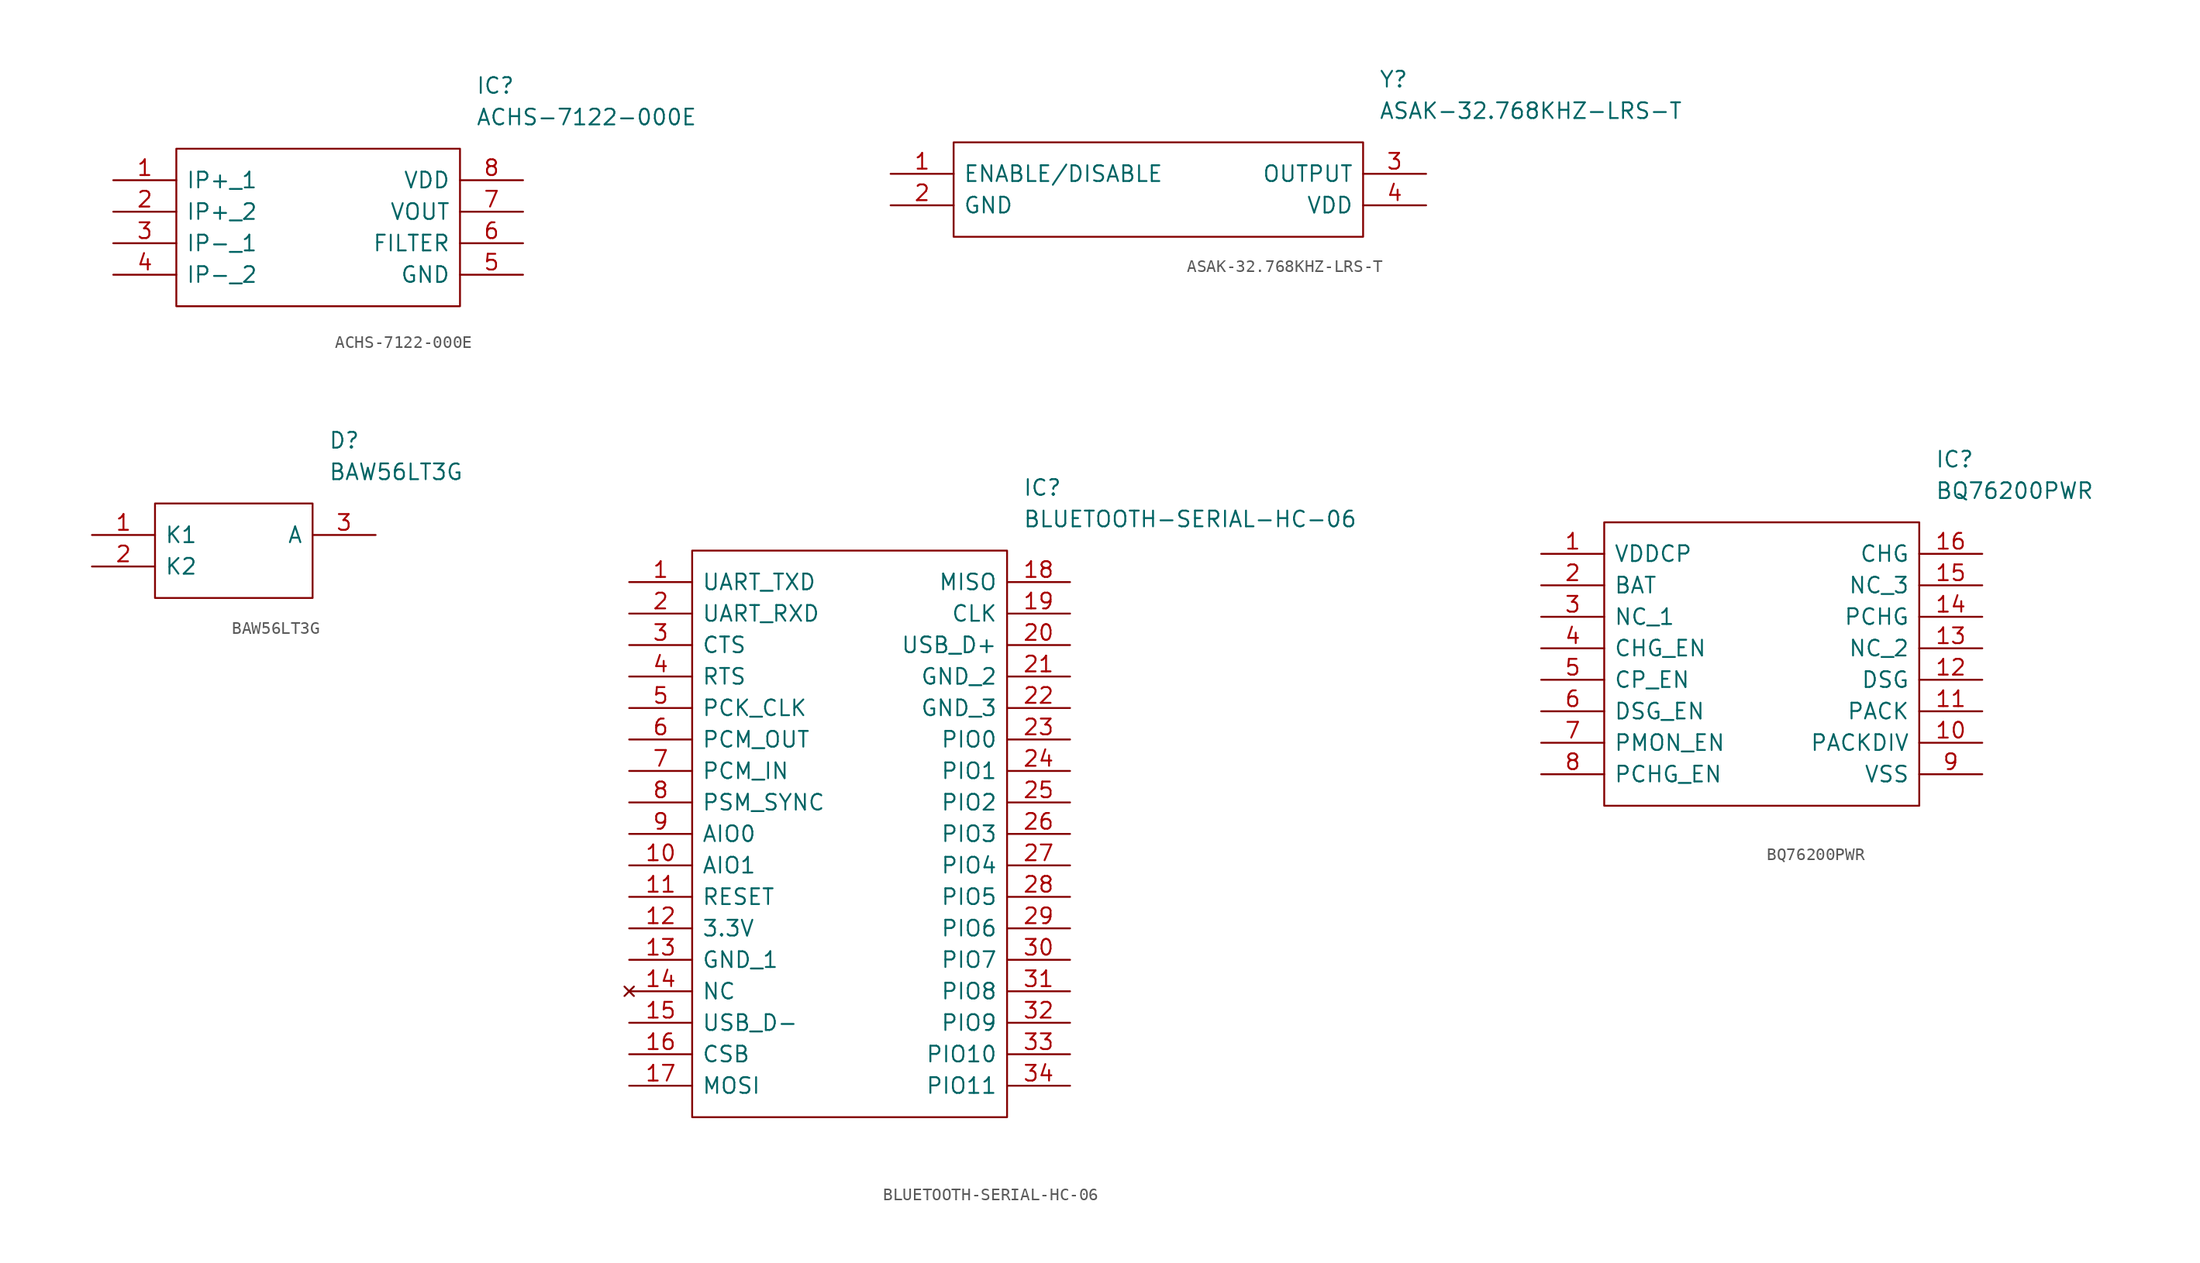
<source format=kicad_sym>
(kicad_symbol_lib
  (version 20211014)
  (generator kicad_symbol_editor)
  (symbol "ACHS-7122-000E"
    (pin_names
      (offset 0.762))
    (property "Reference" "IC"
      (at 29.21 7.62 0)
      (effects (font (size 1.27 1.27)) (justify left)))
    (property "Value" "ACHS-7122-000E"
      (at 29.21 5.08 0)
      (effects (font (size 1.27 1.27)) (justify left)))
    (symbol "ACHS-7122-000E_0_0"
      (pin unspecified line (at 0 0 0) (length 5.08) (name "IP+_1" (effects (font (size 1.27 1.27)))) (number "1" (effects (font (size 1.27 1.27)))))
      (pin unspecified line (at 0 -2.54 0) (length 5.08) (name "IP+_2" (effects (font (size 1.27 1.27)))) (number "2" (effects (font (size 1.27 1.27)))))
      (pin unspecified line (at 0 -5.08 0) (length 5.08) (name "IP-_1" (effects (font (size 1.27 1.27)))) (number "3" (effects (font (size 1.27 1.27)))))
      (pin unspecified line (at 0 -7.62 0) (length 5.08) (name "IP-_2" (effects (font (size 1.27 1.27)))) (number "4" (effects (font (size 1.27 1.27)))))
      (pin unspecified line (at 33.02 -7.62 180) (length 5.08) (name "GND" (effects (font (size 1.27 1.27)))) (number "5" (effects (font (size 1.27 1.27)))))
      (pin unspecified line (at 33.02 -5.08 180) (length 5.08) (name "FILTER" (effects (font (size 1.27 1.27)))) (number "6" (effects (font (size 1.27 1.27)))))
      (pin unspecified line (at 33.02 -2.54 180) (length 5.08) (name "VOUT" (effects (font (size 1.27 1.27)))) (number "7" (effects (font (size 1.27 1.27)))))
      (pin unspecified line (at 33.02 0 180) (length 5.08) (name "VDD" (effects (font (size 1.27 1.27)))) (number "8" (effects (font (size 1.27 1.27))))))
    (symbol "ACHS-7122-000E_0_1"
      (polyline (pts (xy 5.08 2.54) (xy 27.94 2.54) (xy 27.94 -10.16) (xy 5.08 -10.16) (xy 5.08 2.54)) (stroke (width 0.152) (type default) (color 0 0 0 0)) (fill (type none)))))
  (symbol "ASAK-32.768KHZ-LRS-T"
    (pin_names
      (offset 0.762))
    (property "Reference" "Y"
      (at 39.37 7.62 0)
      (effects (font (size 1.27 1.27)) (justify left)))
    (property "Value" "ASAK-32.768KHZ-LRS-T"
      (at 39.37 5.08 0)
      (effects (font (size 1.27 1.27)) (justify left)))
    (symbol "ASAK-32.768KHZ-LRS-T_0_0"
      (pin bidirectional line (at 0 0 0) (length 5.08) (name "ENABLE/DISABLE" (effects (font (size 1.27 1.27)))) (number "1" (effects (font (size 1.27 1.27)))))
      (pin bidirectional line (at 0 -2.54 0) (length 5.08) (name "GND" (effects (font (size 1.27 1.27)))) (number "2" (effects (font (size 1.27 1.27)))))
      (pin bidirectional line (at 43.18 0 180) (length 5.08) (name "OUTPUT" (effects (font (size 1.27 1.27)))) (number "3" (effects (font (size 1.27 1.27)))))
      (pin bidirectional line (at 43.18 -2.54 180) (length 5.08) (name "VDD" (effects (font (size 1.27 1.27)))) (number "4" (effects (font (size 1.27 1.27))))))
    (symbol "ASAK-32.768KHZ-LRS-T_0_1"
      (polyline (pts (xy 5.08 2.54) (xy 38.1 2.54) (xy 38.1 -5.08) (xy 5.08 -5.08) (xy 5.08 2.54)) (stroke (width 0.152) (type default) (color 0 0 0 0)) (fill (type none)))))
  (symbol "BAW56LT3G"
    (pin_names
      (offset 0.762))
    (property "Reference" "D"
      (at 19.05 7.62 0)
      (effects (font (size 1.27 1.27)) (justify left)))
    (property "Value" "BAW56LT3G"
      (at 19.05 5.08 0)
      (effects (font (size 1.27 1.27)) (justify left)))
    (symbol "BAW56LT3G_0_0"
      (pin bidirectional line (at 0 0 0) (length 5.08) (name "K1" (effects (font (size 1.27 1.27)))) (number "1" (effects (font (size 1.27 1.27)))))
      (pin bidirectional line (at 0 -2.54 0) (length 5.08) (name "K2" (effects (font (size 1.27 1.27)))) (number "2" (effects (font (size 1.27 1.27)))))
      (pin bidirectional line (at 22.86 0 180) (length 5.08) (name "A" (effects (font (size 1.27 1.27)))) (number "3" (effects (font (size 1.27 1.27))))))
    (symbol "BAW56LT3G_0_1"
      (polyline (pts (xy 5.08 2.54) (xy 17.78 2.54) (xy 17.78 -5.08) (xy 5.08 -5.08) (xy 5.08 2.54)) (stroke (width 0.152) (type default) (color 0 0 0 0)) (fill (type none)))))
  (symbol "BLUETOOTH-SERIAL-HC-06"
    (pin_names
      (offset 0.762))
    (property "Reference" "IC"
      (at 31.75 7.62 0)
      (effects (font (size 1.27 1.27)) (justify left)))
    (property "Value" "BLUETOOTH-SERIAL-HC-06"
      (at 31.75 5.08 0)
      (effects (font (size 1.27 1.27)) (justify left)))
    (symbol "BLUETOOTH-SERIAL-HC-06_0_0"
      (pin passive line (at 0 0 0) (length 5.08) (name "UART_TXD" (effects (font (size 1.27 1.27)))) (number "1" (effects (font (size 1.27 1.27)))))
      (pin passive line (at 0 -22.86 0) (length 5.08) (name "AIO1" (effects (font (size 1.27 1.27)))) (number "10" (effects (font (size 1.27 1.27)))))
      (pin passive line (at 0 -25.4 0) (length 5.08) (name "RESET" (effects (font (size 1.27 1.27)))) (number "11" (effects (font (size 1.27 1.27)))))
      (pin passive line (at 0 -27.94 0) (length 5.08) (name "3.3V" (effects (font (size 1.27 1.27)))) (number "12" (effects (font (size 1.27 1.27)))))
      (pin passive line (at 0 -30.48 0) (length 5.08) (name "GND_1" (effects (font (size 1.27 1.27)))) (number "13" (effects (font (size 1.27 1.27)))))
      (pin no_connect line (at 0 -33.02 0) (length 5.08) (name "NC" (effects (font (size 1.27 1.27)))) (number "14" (effects (font (size 1.27 1.27)))))
      (pin passive line (at 0 -35.56 0) (length 5.08) (name "USB_D-" (effects (font (size 1.27 1.27)))) (number "15" (effects (font (size 1.27 1.27)))))
      (pin passive line (at 0 -38.1 0) (length 5.08) (name "CSB" (effects (font (size 1.27 1.27)))) (number "16" (effects (font (size 1.27 1.27)))))
      (pin passive line (at 0 -40.64 0) (length 5.08) (name "MOSI" (effects (font (size 1.27 1.27)))) (number "17" (effects (font (size 1.27 1.27)))))
      (pin passive line (at 35.56 0 180) (length 5.08) (name "MISO" (effects (font (size 1.27 1.27)))) (number "18" (effects (font (size 1.27 1.27)))))
      (pin passive line (at 35.56 -2.54 180) (length 5.08) (name "CLK" (effects (font (size 1.27 1.27)))) (number "19" (effects (font (size 1.27 1.27)))))
      (pin passive line (at 0 -2.54 0) (length 5.08) (name "UART_RXD" (effects (font (size 1.27 1.27)))) (number "2" (effects (font (size 1.27 1.27)))))
      (pin passive line (at 35.56 -5.08 180) (length 5.08) (name "USB_D+" (effects (font (size 1.27 1.27)))) (number "20" (effects (font (size 1.27 1.27)))))
      (pin passive line (at 35.56 -7.62 180) (length 5.08) (name "GND_2" (effects (font (size 1.27 1.27)))) (number "21" (effects (font (size 1.27 1.27)))))
      (pin passive line (at 35.56 -10.16 180) (length 5.08) (name "GND_3" (effects (font (size 1.27 1.27)))) (number "22" (effects (font (size 1.27 1.27)))))
      (pin passive line (at 35.56 -12.7 180) (length 5.08) (name "PIO0" (effects (font (size 1.27 1.27)))) (number "23" (effects (font (size 1.27 1.27)))))
      (pin passive line (at 35.56 -15.24 180) (length 5.08) (name "PIO1" (effects (font (size 1.27 1.27)))) (number "24" (effects (font (size 1.27 1.27)))))
      (pin passive line (at 35.56 -17.78 180) (length 5.08) (name "PIO2" (effects (font (size 1.27 1.27)))) (number "25" (effects (font (size 1.27 1.27)))))
      (pin passive line (at 35.56 -20.32 180) (length 5.08) (name "PIO3" (effects (font (size 1.27 1.27)))) (number "26" (effects (font (size 1.27 1.27)))))
      (pin passive line (at 35.56 -22.86 180) (length 5.08) (name "PIO4" (effects (font (size 1.27 1.27)))) (number "27" (effects (font (size 1.27 1.27)))))
      (pin passive line (at 35.56 -25.4 180) (length 5.08) (name "PIO5" (effects (font (size 1.27 1.27)))) (number "28" (effects (font (size 1.27 1.27)))))
      (pin passive line (at 35.56 -27.94 180) (length 5.08) (name "PIO6" (effects (font (size 1.27 1.27)))) (number "29" (effects (font (size 1.27 1.27)))))
      (pin passive line (at 0 -5.08 0) (length 5.08) (name "CTS" (effects (font (size 1.27 1.27)))) (number "3" (effects (font (size 1.27 1.27)))))
      (pin passive line (at 35.56 -30.48 180) (length 5.08) (name "PIO7" (effects (font (size 1.27 1.27)))) (number "30" (effects (font (size 1.27 1.27)))))
      (pin passive line (at 35.56 -33.02 180) (length 5.08) (name "PIO8" (effects (font (size 1.27 1.27)))) (number "31" (effects (font (size 1.27 1.27)))))
      (pin passive line (at 35.56 -35.56 180) (length 5.08) (name "PIO9" (effects (font (size 1.27 1.27)))) (number "32" (effects (font (size 1.27 1.27)))))
      (pin passive line (at 35.56 -38.1 180) (length 5.08) (name "PIO10" (effects (font (size 1.27 1.27)))) (number "33" (effects (font (size 1.27 1.27)))))
      (pin passive line (at 35.56 -40.64 180) (length 5.08) (name "PIO11" (effects (font (size 1.27 1.27)))) (number "34" (effects (font (size 1.27 1.27)))))
      (pin passive line (at 0 -7.62 0) (length 5.08) (name "RTS" (effects (font (size 1.27 1.27)))) (number "4" (effects (font (size 1.27 1.27)))))
      (pin passive line (at 0 -10.16 0) (length 5.08) (name "PCK_CLK" (effects (font (size 1.27 1.27)))) (number "5" (effects (font (size 1.27 1.27)))))
      (pin passive line (at 0 -12.7 0) (length 5.08) (name "PCM_OUT" (effects (font (size 1.27 1.27)))) (number "6" (effects (font (size 1.27 1.27)))))
      (pin passive line (at 0 -15.24 0) (length 5.08) (name "PCM_IN" (effects (font (size 1.27 1.27)))) (number "7" (effects (font (size 1.27 1.27)))))
      (pin passive line (at 0 -17.78 0) (length 5.08) (name "PSM_SYNC" (effects (font (size 1.27 1.27)))) (number "8" (effects (font (size 1.27 1.27)))))
      (pin passive line (at 0 -20.32 0) (length 5.08) (name "AIO0" (effects (font (size 1.27 1.27)))) (number "9" (effects (font (size 1.27 1.27))))))
    (symbol "BLUETOOTH-SERIAL-HC-06_0_1"
      (polyline (pts (xy 5.08 2.54) (xy 30.48 2.54) (xy 30.48 -43.18) (xy 5.08 -43.18) (xy 5.08 2.54)) (stroke (width 0.152) (type default) (color 0 0 0 0)) (fill (type none)))))
  (symbol "BQ76200PWR"
    (pin_names
      (offset 0.762))
    (property "Reference" "IC"
      (at 31.75 7.62 0)
      (effects (font (size 1.27 1.27)) (justify left)))
    (property "Value" "BQ76200PWR"
      (at 31.75 5.08 0)
      (effects (font (size 1.27 1.27)) (justify left)))
    (symbol "BQ76200PWR_0_0"
      (pin bidirectional line (at 0 0 0) (length 5.08) (name "VDDCP" (effects (font (size 1.27 1.27)))) (number "1" (effects (font (size 1.27 1.27)))))
      (pin bidirectional line (at 35.56 -15.24 180) (length 5.08) (name "PACKDIV" (effects (font (size 1.27 1.27)))) (number "10" (effects (font (size 1.27 1.27)))))
      (pin bidirectional line (at 35.56 -12.7 180) (length 5.08) (name "PACK" (effects (font (size 1.27 1.27)))) (number "11" (effects (font (size 1.27 1.27)))))
      (pin bidirectional line (at 35.56 -10.16 180) (length 5.08) (name "DSG" (effects (font (size 1.27 1.27)))) (number "12" (effects (font (size 1.27 1.27)))))
      (pin bidirectional line (at 35.56 -7.62 180) (length 5.08) (name "NC_2" (effects (font (size 1.27 1.27)))) (number "13" (effects (font (size 1.27 1.27)))))
      (pin bidirectional line (at 35.56 -5.08 180) (length 5.08) (name "PCHG" (effects (font (size 1.27 1.27)))) (number "14" (effects (font (size 1.27 1.27)))))
      (pin bidirectional line (at 35.56 -2.54 180) (length 5.08) (name "NC_3" (effects (font (size 1.27 1.27)))) (number "15" (effects (font (size 1.27 1.27)))))
      (pin bidirectional line (at 35.56 0 180) (length 5.08) (name "CHG" (effects (font (size 1.27 1.27)))) (number "16" (effects (font (size 1.27 1.27)))))
      (pin bidirectional line (at 0 -2.54 0) (length 5.08) (name "BAT" (effects (font (size 1.27 1.27)))) (number "2" (effects (font (size 1.27 1.27)))))
      (pin bidirectional line (at 0 -5.08 0) (length 5.08) (name "NC_1" (effects (font (size 1.27 1.27)))) (number "3" (effects (font (size 1.27 1.27)))))
      (pin bidirectional line (at 0 -7.62 0) (length 5.08) (name "CHG_EN" (effects (font (size 1.27 1.27)))) (number "4" (effects (font (size 1.27 1.27)))))
      (pin bidirectional line (at 0 -10.16 0) (length 5.08) (name "CP_EN" (effects (font (size 1.27 1.27)))) (number "5" (effects (font (size 1.27 1.27)))))
      (pin bidirectional line (at 0 -12.7 0) (length 5.08) (name "DSG_EN" (effects (font (size 1.27 1.27)))) (number "6" (effects (font (size 1.27 1.27)))))
      (pin bidirectional line (at 0 -15.24 0) (length 5.08) (name "PMON_EN" (effects (font (size 1.27 1.27)))) (number "7" (effects (font (size 1.27 1.27)))))
      (pin bidirectional line (at 0 -17.78 0) (length 5.08) (name "PCHG_EN" (effects (font (size 1.27 1.27)))) (number "8" (effects (font (size 1.27 1.27)))))
      (pin bidirectional line (at 35.56 -17.78 180) (length 5.08) (name "VSS" (effects (font (size 1.27 1.27)))) (number "9" (effects (font (size 1.27 1.27))))))
    (symbol "BQ76200PWR_0_1"
      (polyline (pts (xy 5.08 2.54) (xy 30.48 2.54) (xy 30.48 -20.32) (xy 5.08 -20.32) (xy 5.08 2.54)) (stroke (width 0.152) (type default) (color 0 0 0 0)) (fill (type none))))))
</source>
